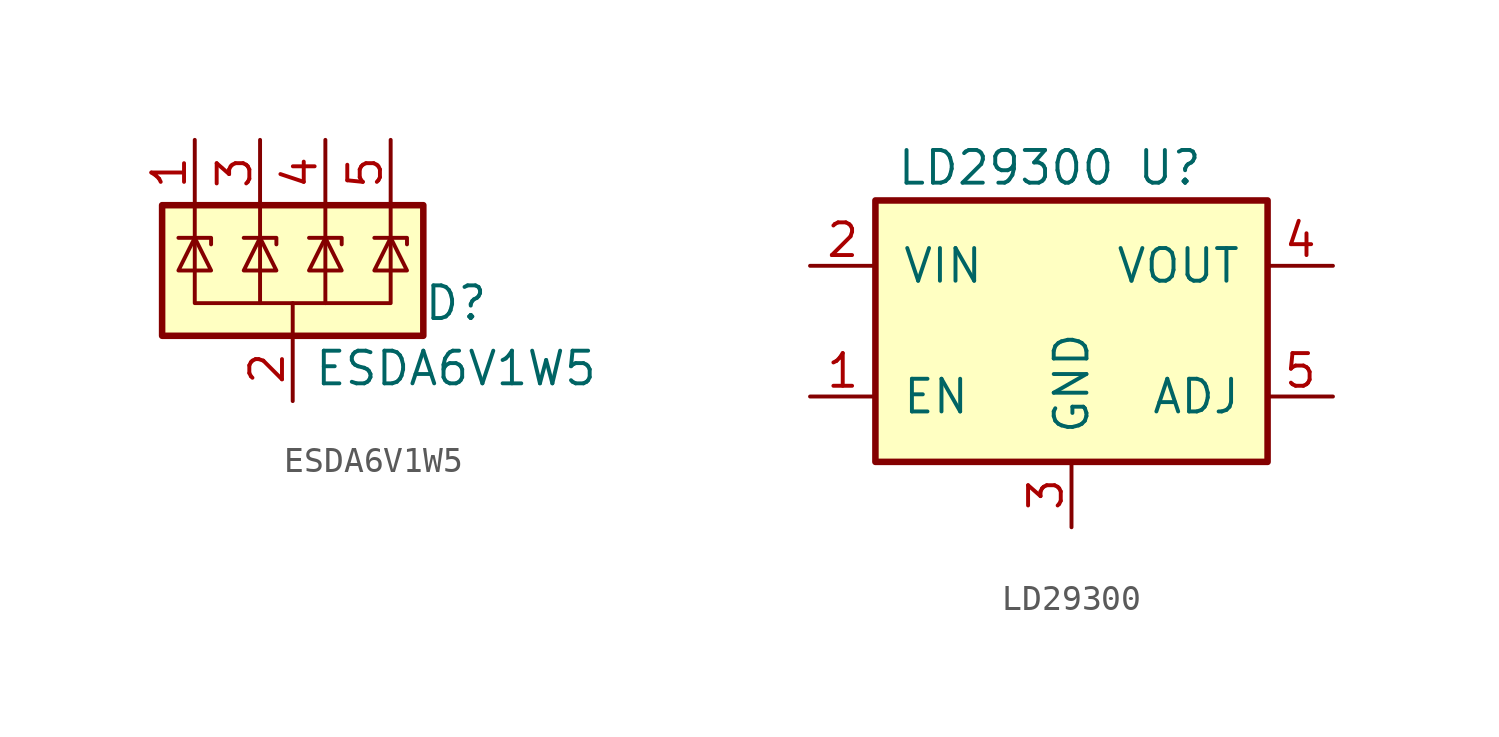
<source format=kicad_sym>
(kicad_symbol_lib
  (version 20231120)
  (generator "kicad_symbol_editor")
  (generator_version "8.0")
  (symbol "ESDA6V1W5"
    (pin_names
      (offset 1.016) hide)
    (property "Reference" "D"
      (at 6.35 -1.27 0)
      (effects (font (size 1.27 1.27))))
    (property "Value" "ESDA6V1W5"
      (at 6.35 -3.81 0)
      (effects (font (size 1.27 1.27))))
    (symbol "ESDA6V1W5_0_1"
      (rectangle (start -5.08 2.54) (end 5.08 -2.54) (stroke (width 0.254) (type solid)) (fill (type background)))
      (polyline (pts (xy -1.27 2.54) (xy -1.27 -1.27)) (stroke (width 0) (type solid)) (fill (type none)))
      (polyline (pts (xy 0 -1.27) (xy 0 -2.54)) (stroke (width 0) (type solid)) (fill (type none)))
      (polyline (pts (xy 1.27 2.54) (xy 1.27 -1.27)) (stroke (width 0) (type solid)) (fill (type none)))
      (polyline (pts (xy -3.81 2.54) (xy -3.81 -1.27) (xy 3.81 -1.27) (xy 3.81 2.54)) (stroke (width 0) (type solid)) (fill (type none))))
    (symbol "ESDA6V1W5_1_1"
      (polyline (pts (xy -4.445 1.27) (xy -3.175 1.27) (xy -3.175 1.016)) (stroke (width 0) (type solid)) (fill (type none)))
      (polyline (pts (xy -1.905 1.27) (xy -0.635 1.27) (xy -0.635 1.016)) (stroke (width 0) (type solid)) (fill (type none)))
      (polyline (pts (xy 0.635 1.27) (xy 1.905 1.27) (xy 1.905 1.016)) (stroke (width 0) (type solid)) (fill (type none)))
      (polyline (pts (xy 3.175 1.27) (xy 4.445 1.27) (xy 4.445 1.016)) (stroke (width 0) (type solid)) (fill (type none)))
      (polyline (pts (xy -4.445 0) (xy -3.175 0) (xy -3.81 1.27) (xy -4.445 0)) (stroke (width 0) (type solid)) (fill (type none)))
      (polyline (pts (xy -1.905 0) (xy -0.635 0) (xy -1.27 1.27) (xy -1.905 0)) (stroke (width 0) (type solid)) (fill (type none)))
      (polyline (pts (xy 0.635 0) (xy 1.905 0) (xy 1.27 1.27) (xy 0.635 0)) (stroke (width 0) (type solid)) (fill (type none)))
      (polyline (pts (xy 3.175 0) (xy 4.445 0) (xy 3.81 1.27) (xy 3.175 0)) (stroke (width 0) (type solid)) (fill (type none)))
      (pin passive line (at -3.81 5.08 270) (length 2.54) (name "~" (effects (font (size 1.27 1.27)))) (number "1" (effects (font (size 1.27 1.27)))))
      (pin passive line (at 0 -5.08 90) (length 2.54) (name "~" (effects (font (size 1.27 1.27)))) (number "2" (effects (font (size 1.27 1.27)))))
      (pin passive line (at -1.27 5.08 270) (length 2.54) (name "~" (effects (font (size 1.27 1.27)))) (number "3" (effects (font (size 1.27 1.27)))))
      (pin passive line (at 1.27 5.08 270) (length 2.54) (name "~" (effects (font (size 1.27 1.27)))) (number "4" (effects (font (size 1.27 1.27)))))
      (pin passive line (at 3.81 5.08 270) (length 2.54) (name "~" (effects (font (size 1.27 1.27)))) (number "5" (effects (font (size 1.27 1.27)))))))
  (symbol "LD29300"
    (pin_names
      (offset 1.016))
    (property "Reference" "U"
      (at 3.81 6.35 0)
      (effects (font (size 1.27 1.27))))
    (property "Value" "LD29300"
      (at -2.54 6.35 0)
      (effects (font (size 1.27 1.27))))
    (symbol "LD29300_1_1"
      (rectangle (start -7.62 5.08) (end 7.62 -5.08) (stroke (width 0.254) (type solid)) (fill (type background)))
      (pin input line (at -10.16 -2.54 0) (length 2.54) (name "EN" (effects (font (size 1.27 1.27)))) (number "1" (effects (font (size 1.27 1.27)))))
      (pin power_in line (at -10.16 2.54 0) (length 2.54) (name "VIN" (effects (font (size 1.27 1.27)))) (number "2" (effects (font (size 1.27 1.27)))))
      (pin power_in line (at 0 -7.62 90) (length 2.54) (name "GND" (effects (font (size 1.27 1.27)))) (number "3" (effects (font (size 1.27 1.27)))))
      (pin power_out line (at 10.16 2.54 180) (length 2.54) (name "VOUT" (effects (font (size 1.27 1.27)))) (number "4" (effects (font (size 1.27 1.27)))))
      (pin input line (at 10.16 -2.54 180) (length 2.54) (name "ADJ" (effects (font (size 1.27 1.27)))) (number "5" (effects (font (size 1.27 1.27))))))))
</source>
